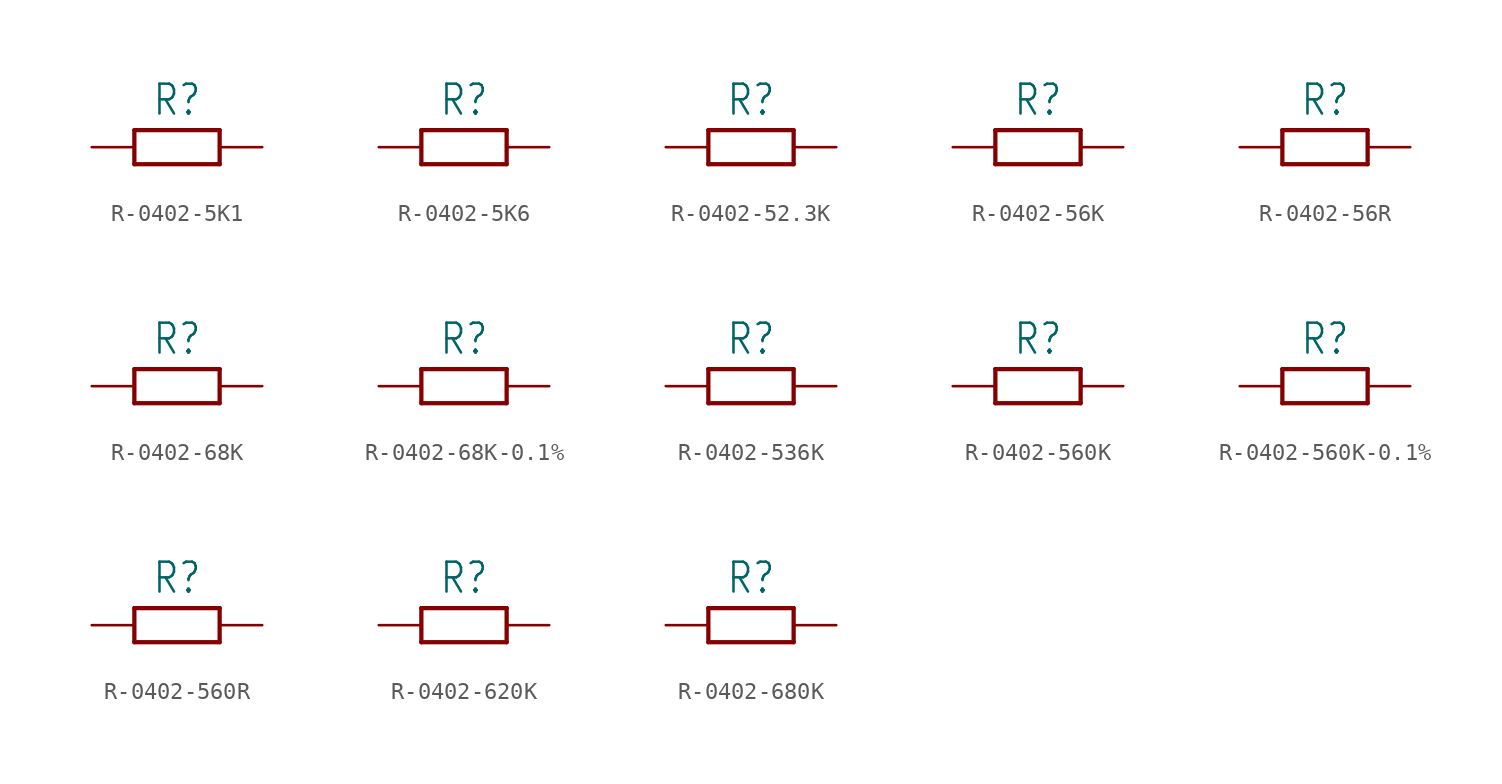
<source format=kicad_sym>
(kicad_symbol_lib
  (version 20231120)
  (generator "kicad_symbol_editor")
  (generator_version "8.0")
  (symbol "R-0402-5K1"
    (property "Reference" "R"
      (at 0 1.778 0)
      (effects (font (size 1.778 1.511)) (justify bottom)))
    (property "Value" ""
      (at 0 -1.778 0)
      (effects (font (size 1.778 1.511)) (justify top)))
    (property "ki_locked" ""
      (at 0 0 0)
      (effects (font (size 1.27 1.27))))
    (symbol "R-0402-5K1_1_0"
      (polyline (pts (xy -2.54 -1.016) (xy -2.54 1.016)) (stroke (width 0.254) (type solid)) (fill (type none)))
      (polyline (pts (xy -2.54 1.016) (xy 2.54 1.016)) (stroke (width 0.254) (type solid)) (fill (type none)))
      (polyline (pts (xy 2.54 -1.016) (xy -2.54 -1.016)) (stroke (width 0.254) (type solid)) (fill (type none)))
      (polyline (pts (xy 2.54 1.016) (xy 2.54 -1.016)) (stroke (width 0.254) (type solid)) (fill (type none)))
      (pin passive line (at -5.08 0 0) (length 2.54) (name "1" (effects (font (size 0 0)))) (number "1" (effects (font (size 0 0)))))
      (pin passive line (at 5.08 0 180) (length 2.54) (name "2" (effects (font (size 0 0)))) (number "2" (effects (font (size 0 0)))))))
  (symbol "R-0402-5K6"
    (property "Reference" "R"
      (at 0 1.778 0)
      (effects (font (size 1.778 1.511)) (justify bottom)))
    (property "Value" ""
      (at 0 -1.778 0)
      (effects (font (size 1.778 1.511)) (justify top)))
    (property "ki_locked" ""
      (at 0 0 0)
      (effects (font (size 1.27 1.27))))
    (symbol "R-0402-5K6_1_0"
      (polyline (pts (xy -2.54 -1.016) (xy -2.54 1.016)) (stroke (width 0.254) (type solid)) (fill (type none)))
      (polyline (pts (xy -2.54 1.016) (xy 2.54 1.016)) (stroke (width 0.254) (type solid)) (fill (type none)))
      (polyline (pts (xy 2.54 -1.016) (xy -2.54 -1.016)) (stroke (width 0.254) (type solid)) (fill (type none)))
      (polyline (pts (xy 2.54 1.016) (xy 2.54 -1.016)) (stroke (width 0.254) (type solid)) (fill (type none)))
      (pin passive line (at -5.08 0 0) (length 2.54) (name "1" (effects (font (size 0 0)))) (number "1" (effects (font (size 0 0)))))
      (pin passive line (at 5.08 0 180) (length 2.54) (name "2" (effects (font (size 0 0)))) (number "2" (effects (font (size 0 0)))))))
  (symbol "R-0402-52.3K"
    (property "Reference" "R"
      (at 0 1.778 0)
      (effects (font (size 1.778 1.511)) (justify bottom)))
    (property "Value" ""
      (at 0 -1.778 0)
      (effects (font (size 1.778 1.511)) (justify top)))
    (property "ki_locked" ""
      (at 0 0 0)
      (effects (font (size 1.27 1.27))))
    (symbol "R-0402-52.3K_1_0"
      (polyline (pts (xy -2.54 -1.016) (xy -2.54 1.016)) (stroke (width 0.254) (type solid)) (fill (type none)))
      (polyline (pts (xy -2.54 1.016) (xy 2.54 1.016)) (stroke (width 0.254) (type solid)) (fill (type none)))
      (polyline (pts (xy 2.54 -1.016) (xy -2.54 -1.016)) (stroke (width 0.254) (type solid)) (fill (type none)))
      (polyline (pts (xy 2.54 1.016) (xy 2.54 -1.016)) (stroke (width 0.254) (type solid)) (fill (type none)))
      (pin passive line (at -5.08 0 0) (length 2.54) (name "1" (effects (font (size 0 0)))) (number "1" (effects (font (size 0 0)))))
      (pin passive line (at 5.08 0 180) (length 2.54) (name "2" (effects (font (size 0 0)))) (number "2" (effects (font (size 0 0)))))))
  (symbol "R-0402-56K"
    (property "Reference" "R"
      (at 0 1.778 0)
      (effects (font (size 1.778 1.511)) (justify bottom)))
    (property "Value" ""
      (at 0 -1.778 0)
      (effects (font (size 1.778 1.511)) (justify top)))
    (property "ki_locked" ""
      (at 0 0 0)
      (effects (font (size 1.27 1.27))))
    (symbol "R-0402-56K_1_0"
      (polyline (pts (xy -2.54 -1.016) (xy -2.54 1.016)) (stroke (width 0.254) (type solid)) (fill (type none)))
      (polyline (pts (xy -2.54 1.016) (xy 2.54 1.016)) (stroke (width 0.254) (type solid)) (fill (type none)))
      (polyline (pts (xy 2.54 -1.016) (xy -2.54 -1.016)) (stroke (width 0.254) (type solid)) (fill (type none)))
      (polyline (pts (xy 2.54 1.016) (xy 2.54 -1.016)) (stroke (width 0.254) (type solid)) (fill (type none)))
      (pin passive line (at -5.08 0 0) (length 2.54) (name "1" (effects (font (size 0 0)))) (number "1" (effects (font (size 0 0)))))
      (pin passive line (at 5.08 0 180) (length 2.54) (name "2" (effects (font (size 0 0)))) (number "2" (effects (font (size 0 0)))))))
  (symbol "R-0402-56R"
    (property "Reference" "R"
      (at 0 1.778 0)
      (effects (font (size 1.778 1.511)) (justify bottom)))
    (property "Value" ""
      (at 0 -1.778 0)
      (effects (font (size 1.778 1.511)) (justify top)))
    (property "ki_locked" ""
      (at 0 0 0)
      (effects (font (size 1.27 1.27))))
    (symbol "R-0402-56R_1_0"
      (polyline (pts (xy -2.54 -1.016) (xy -2.54 1.016)) (stroke (width 0.254) (type solid)) (fill (type none)))
      (polyline (pts (xy -2.54 1.016) (xy 2.54 1.016)) (stroke (width 0.254) (type solid)) (fill (type none)))
      (polyline (pts (xy 2.54 -1.016) (xy -2.54 -1.016)) (stroke (width 0.254) (type solid)) (fill (type none)))
      (polyline (pts (xy 2.54 1.016) (xy 2.54 -1.016)) (stroke (width 0.254) (type solid)) (fill (type none)))
      (pin passive line (at -5.08 0 0) (length 2.54) (name "1" (effects (font (size 0 0)))) (number "1" (effects (font (size 0 0)))))
      (pin passive line (at 5.08 0 180) (length 2.54) (name "2" (effects (font (size 0 0)))) (number "2" (effects (font (size 0 0)))))))
  (symbol "R-0402-68K"
    (property "Reference" "R"
      (at 0 1.778 0)
      (effects (font (size 1.778 1.511)) (justify bottom)))
    (property "Value" ""
      (at 0 -1.778 0)
      (effects (font (size 1.778 1.511)) (justify top)))
    (property "ki_locked" ""
      (at 0 0 0)
      (effects (font (size 1.27 1.27))))
    (symbol "R-0402-68K_1_0"
      (polyline (pts (xy -2.54 -1.016) (xy -2.54 1.016)) (stroke (width 0.254) (type solid)) (fill (type none)))
      (polyline (pts (xy -2.54 1.016) (xy 2.54 1.016)) (stroke (width 0.254) (type solid)) (fill (type none)))
      (polyline (pts (xy 2.54 -1.016) (xy -2.54 -1.016)) (stroke (width 0.254) (type solid)) (fill (type none)))
      (polyline (pts (xy 2.54 1.016) (xy 2.54 -1.016)) (stroke (width 0.254) (type solid)) (fill (type none)))
      (pin passive line (at -5.08 0 0) (length 2.54) (name "1" (effects (font (size 0 0)))) (number "1" (effects (font (size 0 0)))))
      (pin passive line (at 5.08 0 180) (length 2.54) (name "2" (effects (font (size 0 0)))) (number "2" (effects (font (size 0 0)))))))
  (symbol "R-0402-68K-0.1%"
    (property "Reference" "R"
      (at 0 1.778 0)
      (effects (font (size 1.778 1.511)) (justify bottom)))
    (property "Value" ""
      (at 0 -1.778 0)
      (effects (font (size 1.778 1.511)) (justify top)))
    (property "ki_locked" ""
      (at 0 0 0)
      (effects (font (size 1.27 1.27))))
    (symbol "R-0402-68K-0.1%_1_0"
      (polyline (pts (xy -2.54 -1.016) (xy -2.54 1.016)) (stroke (width 0.254) (type solid)) (fill (type none)))
      (polyline (pts (xy -2.54 1.016) (xy 2.54 1.016)) (stroke (width 0.254) (type solid)) (fill (type none)))
      (polyline (pts (xy 2.54 -1.016) (xy -2.54 -1.016)) (stroke (width 0.254) (type solid)) (fill (type none)))
      (polyline (pts (xy 2.54 1.016) (xy 2.54 -1.016)) (stroke (width 0.254) (type solid)) (fill (type none)))
      (pin passive line (at -5.08 0 0) (length 2.54) (name "1" (effects (font (size 0 0)))) (number "1" (effects (font (size 0 0)))))
      (pin passive line (at 5.08 0 180) (length 2.54) (name "2" (effects (font (size 0 0)))) (number "2" (effects (font (size 0 0)))))))
  (symbol "R-0402-536K"
    (property "Reference" "R"
      (at 0 1.778 0)
      (effects (font (size 1.778 1.511)) (justify bottom)))
    (property "Value" ""
      (at 0 -1.778 0)
      (effects (font (size 1.778 1.511)) (justify top)))
    (property "ki_locked" ""
      (at 0 0 0)
      (effects (font (size 1.27 1.27))))
    (symbol "R-0402-536K_1_0"
      (polyline (pts (xy -2.54 -1.016) (xy -2.54 1.016)) (stroke (width 0.254) (type solid)) (fill (type none)))
      (polyline (pts (xy -2.54 1.016) (xy 2.54 1.016)) (stroke (width 0.254) (type solid)) (fill (type none)))
      (polyline (pts (xy 2.54 -1.016) (xy -2.54 -1.016)) (stroke (width 0.254) (type solid)) (fill (type none)))
      (polyline (pts (xy 2.54 1.016) (xy 2.54 -1.016)) (stroke (width 0.254) (type solid)) (fill (type none)))
      (pin passive line (at -5.08 0 0) (length 2.54) (name "1" (effects (font (size 0 0)))) (number "1" (effects (font (size 0 0)))))
      (pin passive line (at 5.08 0 180) (length 2.54) (name "2" (effects (font (size 0 0)))) (number "2" (effects (font (size 0 0)))))))
  (symbol "R-0402-560K"
    (property "Reference" "R"
      (at 0 1.778 0)
      (effects (font (size 1.778 1.511)) (justify bottom)))
    (property "Value" ""
      (at 0 -1.778 0)
      (effects (font (size 1.778 1.511)) (justify top)))
    (property "ki_locked" ""
      (at 0 0 0)
      (effects (font (size 1.27 1.27))))
    (symbol "R-0402-560K_1_0"
      (polyline (pts (xy -2.54 -1.016) (xy -2.54 1.016)) (stroke (width 0.254) (type solid)) (fill (type none)))
      (polyline (pts (xy -2.54 1.016) (xy 2.54 1.016)) (stroke (width 0.254) (type solid)) (fill (type none)))
      (polyline (pts (xy 2.54 -1.016) (xy -2.54 -1.016)) (stroke (width 0.254) (type solid)) (fill (type none)))
      (polyline (pts (xy 2.54 1.016) (xy 2.54 -1.016)) (stroke (width 0.254) (type solid)) (fill (type none)))
      (pin passive line (at -5.08 0 0) (length 2.54) (name "1" (effects (font (size 0 0)))) (number "1" (effects (font (size 0 0)))))
      (pin passive line (at 5.08 0 180) (length 2.54) (name "2" (effects (font (size 0 0)))) (number "2" (effects (font (size 0 0)))))))
  (symbol "R-0402-560K-0.1%"
    (property "Reference" "R"
      (at 0 1.778 0)
      (effects (font (size 1.778 1.511)) (justify bottom)))
    (property "Value" ""
      (at 0 -1.778 0)
      (effects (font (size 1.778 1.511)) (justify top)))
    (property "ki_locked" ""
      (at 0 0 0)
      (effects (font (size 1.27 1.27))))
    (symbol "R-0402-560K-0.1%_1_0"
      (polyline (pts (xy -2.54 -1.016) (xy -2.54 1.016)) (stroke (width 0.254) (type solid)) (fill (type none)))
      (polyline (pts (xy -2.54 1.016) (xy 2.54 1.016)) (stroke (width 0.254) (type solid)) (fill (type none)))
      (polyline (pts (xy 2.54 -1.016) (xy -2.54 -1.016)) (stroke (width 0.254) (type solid)) (fill (type none)))
      (polyline (pts (xy 2.54 1.016) (xy 2.54 -1.016)) (stroke (width 0.254) (type solid)) (fill (type none)))
      (pin passive line (at -5.08 0 0) (length 2.54) (name "1" (effects (font (size 0 0)))) (number "1" (effects (font (size 0 0)))))
      (pin passive line (at 5.08 0 180) (length 2.54) (name "2" (effects (font (size 0 0)))) (number "2" (effects (font (size 0 0)))))))
  (symbol "R-0402-560R"
    (property "Reference" "R"
      (at 0 1.778 0)
      (effects (font (size 1.778 1.511)) (justify bottom)))
    (property "Value" ""
      (at 0 -1.778 0)
      (effects (font (size 1.778 1.511)) (justify top)))
    (property "ki_locked" ""
      (at 0 0 0)
      (effects (font (size 1.27 1.27))))
    (symbol "R-0402-560R_1_0"
      (polyline (pts (xy -2.54 -1.016) (xy -2.54 1.016)) (stroke (width 0.254) (type solid)) (fill (type none)))
      (polyline (pts (xy -2.54 1.016) (xy 2.54 1.016)) (stroke (width 0.254) (type solid)) (fill (type none)))
      (polyline (pts (xy 2.54 -1.016) (xy -2.54 -1.016)) (stroke (width 0.254) (type solid)) (fill (type none)))
      (polyline (pts (xy 2.54 1.016) (xy 2.54 -1.016)) (stroke (width 0.254) (type solid)) (fill (type none)))
      (pin passive line (at -5.08 0 0) (length 2.54) (name "1" (effects (font (size 0 0)))) (number "1" (effects (font (size 0 0)))))
      (pin passive line (at 5.08 0 180) (length 2.54) (name "2" (effects (font (size 0 0)))) (number "2" (effects (font (size 0 0)))))))
  (symbol "R-0402-620K"
    (property "Reference" "R"
      (at 0 1.778 0)
      (effects (font (size 1.778 1.511)) (justify bottom)))
    (property "Value" ""
      (at 0 -1.778 0)
      (effects (font (size 1.778 1.511)) (justify top)))
    (property "ki_locked" ""
      (at 0 0 0)
      (effects (font (size 1.27 1.27))))
    (symbol "R-0402-620K_1_0"
      (polyline (pts (xy -2.54 -1.016) (xy -2.54 1.016)) (stroke (width 0.254) (type solid)) (fill (type none)))
      (polyline (pts (xy -2.54 1.016) (xy 2.54 1.016)) (stroke (width 0.254) (type solid)) (fill (type none)))
      (polyline (pts (xy 2.54 -1.016) (xy -2.54 -1.016)) (stroke (width 0.254) (type solid)) (fill (type none)))
      (polyline (pts (xy 2.54 1.016) (xy 2.54 -1.016)) (stroke (width 0.254) (type solid)) (fill (type none)))
      (pin passive line (at -5.08 0 0) (length 2.54) (name "1" (effects (font (size 0 0)))) (number "1" (effects (font (size 0 0)))))
      (pin passive line (at 5.08 0 180) (length 2.54) (name "2" (effects (font (size 0 0)))) (number "2" (effects (font (size 0 0)))))))
  (symbol "R-0402-680K"
    (property "Reference" "R"
      (at 0 1.778 0)
      (effects (font (size 1.778 1.511)) (justify bottom)))
    (property "Value" ""
      (at 0 -1.778 0)
      (effects (font (size 1.778 1.511)) (justify top)))
    (property "ki_locked" ""
      (at 0 0 0)
      (effects (font (size 1.27 1.27))))
    (symbol "R-0402-680K_1_0"
      (polyline (pts (xy -2.54 -1.016) (xy -2.54 1.016)) (stroke (width 0.254) (type solid)) (fill (type none)))
      (polyline (pts (xy -2.54 1.016) (xy 2.54 1.016)) (stroke (width 0.254) (type solid)) (fill (type none)))
      (polyline (pts (xy 2.54 -1.016) (xy -2.54 -1.016)) (stroke (width 0.254) (type solid)) (fill (type none)))
      (polyline (pts (xy 2.54 1.016) (xy 2.54 -1.016)) (stroke (width 0.254) (type solid)) (fill (type none)))
      (pin passive line (at -5.08 0 0) (length 2.54) (name "1" (effects (font (size 0 0)))) (number "1" (effects (font (size 0 0)))))
      (pin passive line (at 5.08 0 180) (length 2.54) (name "2" (effects (font (size 0 0)))) (number "2" (effects (font (size 0 0))))))))
</source>
